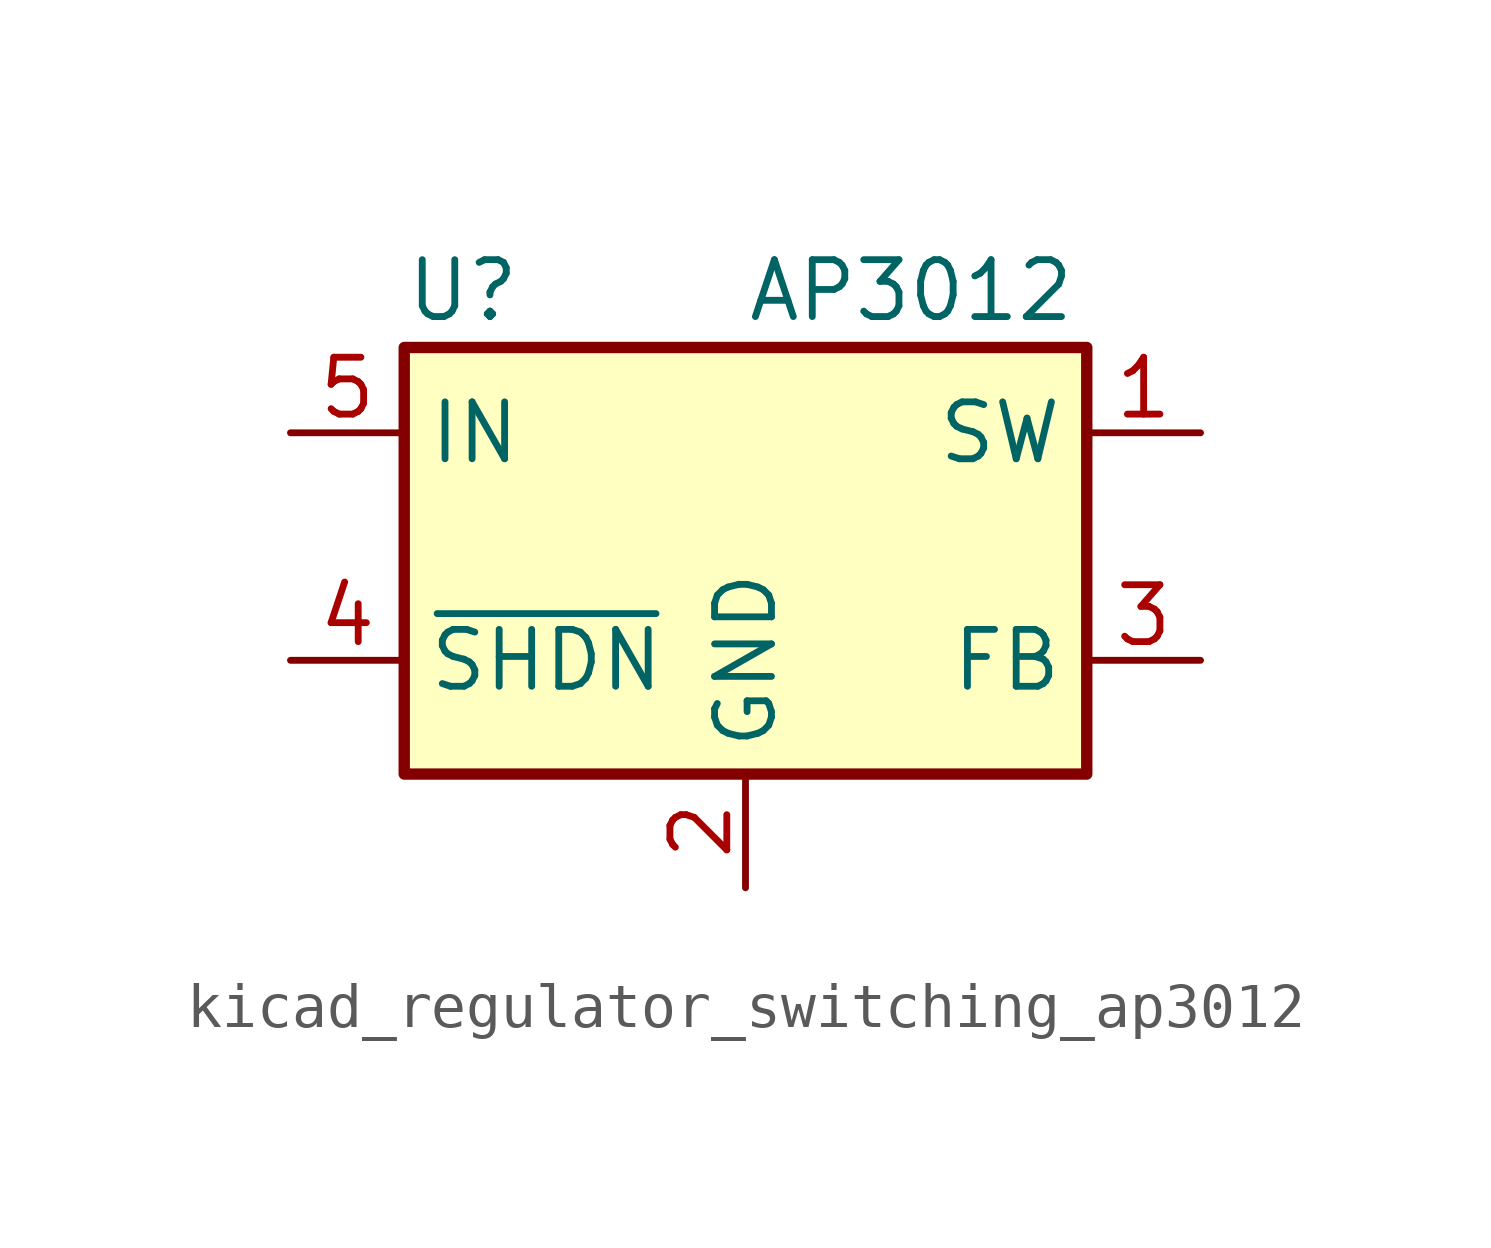
<source format=kicad_sym>
(kicad_symbol_lib
  (version 20220914)
  (generator kicad_symbol_editor)
  (symbol "kicad_regulator_switching_ap3012"
    (property "Reference" "U"
      (at -7.62 5.715 0)
      (effects (font (size 1.27 1.27)) (justify left)))
    (property "Value" "AP3012"
      (at 0 5.715 0)
      (effects (font (size 1.27 1.27)) (justify left)))
    (symbol "kicad_regulator_switching_ap3012_0_1"
      (rectangle (start -7.62 4.445) (end 7.62 -5.08) (stroke (width 0.254) (type default)) (fill (type background))))
    (symbol "kicad_regulator_switching_ap3012_1_1"
      (pin passive line (at 10.16 2.54 180) (length 2.54) (name "SW" (effects (font (size 1.27 1.27)))) (number "1" (effects (font (size 1.27 1.27)))))
      (pin power_in line (at 0 -7.62 90) (length 2.54) (name "GND" (effects (font (size 1.27 1.27)))) (number "2" (effects (font (size 1.27 1.27)))))
      (pin input line (at 10.16 -2.54 180) (length 2.54) (name "FB" (effects (font (size 1.27 1.27)))) (number "3" (effects (font (size 1.27 1.27)))))
      (pin input line (at -10.16 -2.54 0) (length 2.54) (name "~{SHDN}" (effects (font (size 1.27 1.27)))) (number "4" (effects (font (size 1.27 1.27)))))
      (pin power_in line (at -10.16 2.54 0) (length 2.54) (name "IN" (effects (font (size 1.27 1.27)))) (number "5" (effects (font (size 1.27 1.27))))))))
</source>
